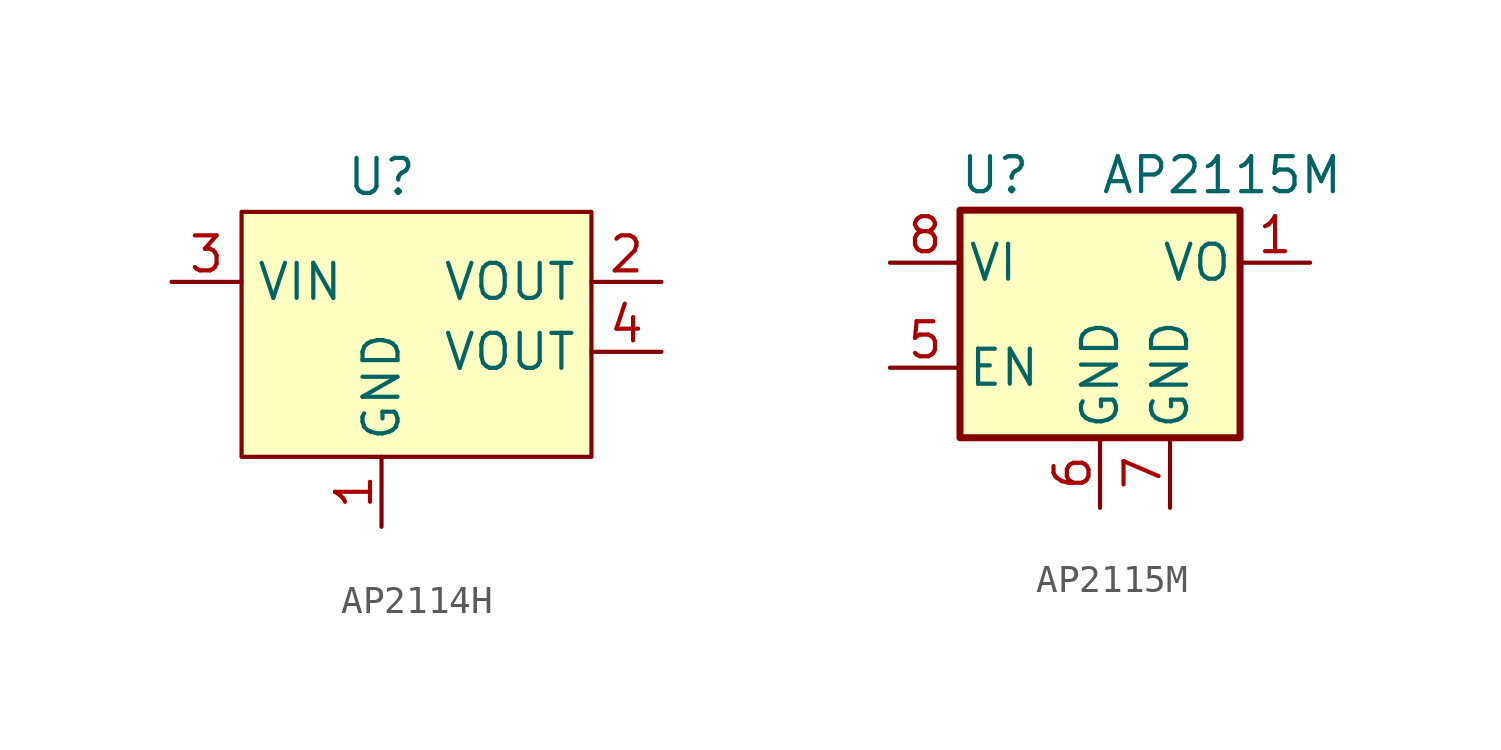
<source format=kicad_sym>
(kicad_symbol_lib
  (version 20220914)
  (generator kicad_symbol_editor)
  (symbol "AP2114H"
    (property "Reference" "U"
      (at -1.27 5.08 0)
      (effects (font (size 1.27 1.27))))
    (property "Value" ""
      (at -3.81 3.81 0)
      (effects (font (size 1.27 1.27))))
    (symbol "AP2114H_0_1"
      (rectangle (start -6.35 3.81) (end 6.35 -5.08) (stroke (width 0) (type default)) (fill (type background))))
    (symbol "AP2114H_1_1"
      (pin power_in line (at -1.27 -7.62 90) (length 2.54) (name "GND" (effects (font (size 1.27 1.27)))) (number "1" (effects (font (size 1.27 1.27)))))
      (pin power_out line (at 8.89 1.27 180) (length 2.54) (name "VOUT" (effects (font (size 1.27 1.27)))) (number "2" (effects (font (size 1.27 1.27)))))
      (pin power_in line (at -8.89 1.27 0) (length 2.54) (name "VIN" (effects (font (size 1.27 1.27)))) (number "3" (effects (font (size 1.27 1.27)))))
      (pin power_out line (at 8.89 -1.27 180) (length 2.54) (name "VOUT" (effects (font (size 1.27 1.27)))) (number "4" (effects (font (size 1.27 1.27)))))))
  (symbol "AP2115M"
    (pin_names
      (offset 0.254))
    (property "Reference" "U"
      (at -3.81 3.175 0)
      (effects (font (size 1.27 1.27))))
    (property "Value" "AP2115M"
      (at 0 3.175 0)
      (effects (font (size 1.27 1.27)) (justify left)))
    (symbol "AP2115M_0_1"
      (rectangle (start -5.08 -6.35) (end 5.08 1.905) (stroke (width 0.254) (type default)) (fill (type background))))
    (symbol "AP2115M_1_1"
      (pin power_out line (at 7.62 0 180) (length 2.54) (name "VO" (effects (font (size 1.27 1.27)))) (number "1" (effects (font (size 1.27 1.27)))))
      (pin input line (at -7.62 -3.81 0) (length 2.54) (name "EN" (effects (font (size 1.27 1.27)))) (number "5" (effects (font (size 1.27 1.27)))))
      (pin power_in line (at 0 -8.89 90) (length 2.54) (name "GND" (effects (font (size 1.27 1.27)))) (number "6" (effects (font (size 1.27 1.27)))))
      (pin power_in line (at 2.54 -8.89 90) (length 2.54) (name "GND" (effects (font (size 1.27 1.27)))) (number "7" (effects (font (size 1.27 1.27)))))
      (pin power_in line (at -7.62 0 0) (length 2.54) (name "VI" (effects (font (size 1.27 1.27)))) (number "8" (effects (font (size 1.27 1.27))))))))
</source>
